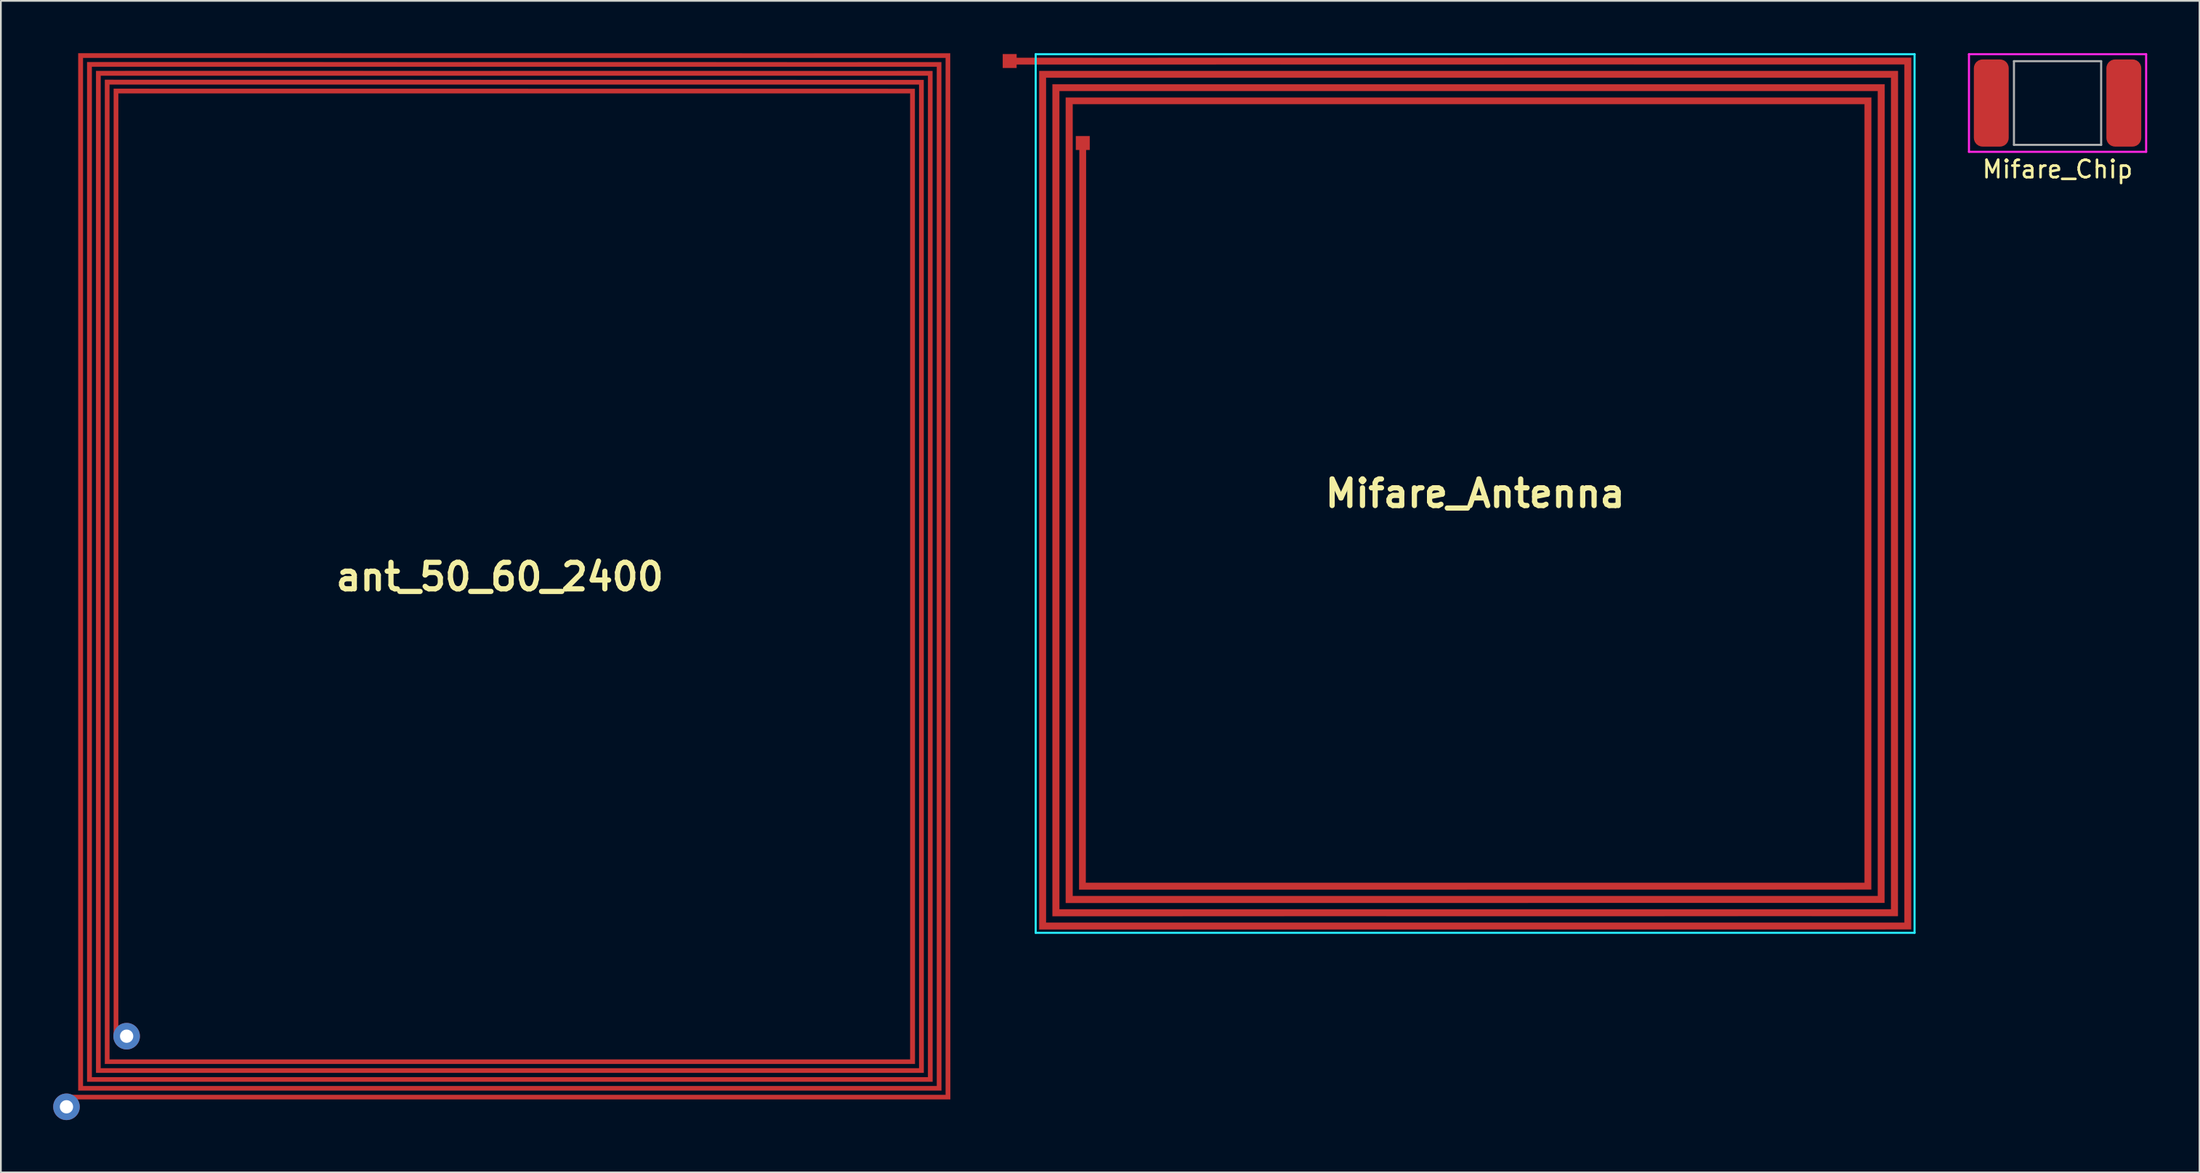
<source format=kicad_pcb>
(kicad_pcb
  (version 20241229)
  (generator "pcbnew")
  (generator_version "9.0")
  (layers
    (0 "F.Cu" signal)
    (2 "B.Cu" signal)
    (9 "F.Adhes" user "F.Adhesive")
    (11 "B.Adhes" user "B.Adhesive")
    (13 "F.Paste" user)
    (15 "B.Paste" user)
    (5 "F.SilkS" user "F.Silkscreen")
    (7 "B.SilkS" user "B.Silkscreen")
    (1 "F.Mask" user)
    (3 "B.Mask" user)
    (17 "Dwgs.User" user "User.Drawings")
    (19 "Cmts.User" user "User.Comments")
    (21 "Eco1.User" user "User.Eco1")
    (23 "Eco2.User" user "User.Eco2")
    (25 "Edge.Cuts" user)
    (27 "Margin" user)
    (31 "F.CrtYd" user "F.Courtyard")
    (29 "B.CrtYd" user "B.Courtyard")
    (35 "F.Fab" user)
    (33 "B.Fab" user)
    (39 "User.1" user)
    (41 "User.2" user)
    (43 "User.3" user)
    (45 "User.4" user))
  (footprint "Mifare_Chip"
    (layer "F.Cu")
    (at 114.943 2.86)
    (property "Reference" "Mifare_Chip" (at 0 3.8 0) (layer "F.SilkS") (effects (font (size 1 1) (thickness 0.15))))
    (attr through_hole)
    (fp_line (start -5.08 -2.8) (end 5.08 -2.8) (stroke (width 0.12) (type solid)) (layer "F.CrtYd"))
    (fp_line (start -5.08 2.8) (end -5.08 -2.8) (stroke (width 0.12) (type solid)) (layer "F.CrtYd"))
    (fp_line (start 5.08 -2.8) (end 5.08 2.8) (stroke (width 0.12) (type solid)) (layer "F.CrtYd"))
    (fp_line (start 5.08 2.8) (end -5.08 2.8) (stroke (width 0.12) (type solid)) (layer "F.CrtYd"))
    (fp_line (start -2.5 -2.4) (end 2.5 -2.4) (stroke (width 0.12) (type solid)) (layer "F.Fab"))
    (fp_line (start -2.5 2.4) (end -2.5 -2.4) (stroke (width 0.12) (type solid)) (layer "F.Fab"))
    (fp_line (start 2.5 -2.4) (end 2.5 2.4) (stroke (width 0.12) (type solid)) (layer "F.Fab"))
    (fp_line (start 2.5 2.4) (end -2.5 2.4) (stroke (width 0.12) (type solid)) (layer "F.Fab"))
    (pad "1" smd roundrect (at -3.8 0) (size 2 5) (layers "F.Cu" "F.Mask" "F.Paste") (roundrect_rratio 0.25))
    (pad "2" smd roundrect (at 3.8 0) (size 2 5) (layers "F.Cu" "F.Mask" "F.Paste") (roundrect_rratio 0.25)))
  (footprint "ant_50_60_2400"
    (layer "F.Cu")
    (at 25.612 30.041)
    (property "Reference" "ant_50_60_2400" (at 0 0 180) (layer "F.SilkS") (effects (font (size 1.524 1.524) (thickness 0.3))))
    (attr through_hole)
    (fp_poly (pts (xy 25.831 -0.029) (xy 25.829 -30.03) (xy 0.828 -30.033) (xy -24.172 -30.036) (xy -24.172 29.464) (xy 25.326 29.464) (xy 25.323 -0.029) (xy 25.321 -29.522) (xy 0.828 -29.525) (xy -23.664 -29.528) (xy -23.664 28.956) (xy 24.818 28.956) (xy 24.815 -0.029) (xy 24.813 -29.014) (xy 0.828 -29.017) (xy -23.156 -29.02) (xy -23.156 28.448) (xy 24.31 28.448) (xy 24.307 -0.029) (xy 24.305 -28.506) (xy 0.828 -28.509) (xy -22.648 -28.512) (xy -22.648 27.94) (xy 23.802 27.94) (xy 23.799 -0.029) (xy 23.797 -27.998) (xy 0.828 -28.001) (xy -22.14 -28.004) (xy -22.14 26.469) (xy -21.876 26.469) (xy -21.876 -27.739) (xy 23.537 -27.739) (xy 23.537 27.686) (xy -22.384 27.686) (xy -22.384 -28.247) (xy 24.045 -28.247) (xy 24.045 28.194) (xy -22.892 28.194) (xy -22.892 -28.755) (xy 24.553 -28.755) (xy 24.553 28.702) (xy -23.4 28.702) (xy -23.4 -29.263) (xy 25.061 -29.263) (xy 25.061 29.21) (xy -23.908 29.21) (xy -23.908 -29.771) (xy 25.569 -29.771) (xy 25.569 29.718) (xy -25.146 29.718) (xy -25.146 29.972) (xy 25.834 29.972) (xy 25.831 -0.029)) (stroke (width 0.01) (type solid)) (fill yes) (layer "F.Cu"))
    (pad "1" thru_hole circle (at -24.85 30.4) (size 1.524 1.524) (drill 0.762) (layers "*.Cu" "*.Mask"))
    (pad "2" thru_hole circle (at -21.4 26.35) (size 1.524 1.524) (drill 0.762) (layers "*.Cu" "*.Mask")))
  (footprint "Mifare_Antenna"
    (layer "F.Cu")
    (at 81.543 25.26)
    (property "Reference" "Mifare_Antenna" (at 0 0 0) (layer "F.SilkS") (effects (font (size 1.524 1.524) (thickness 0.3))))
    (attr through_hole)
    (fp_poly (pts (xy 25.006 0.003) (xy 25.003 25.003) (xy 0.003 25.006) (xy -24.998 25.008) (xy -24.998 -24.236) (xy 24.246 -24.236) (xy 24.244 0.003) (xy 24.241 24.241) (xy 0.003 24.244) (xy -24.236 24.246) (xy -24.236 -23.474) (xy 23.484 -23.474) (xy 23.482 0.003) (xy 23.479 23.479) (xy 0.003 23.482) (xy -23.474 23.484) (xy -23.474 -22.712) (xy 22.722 -22.712) (xy 22.72 0.003) (xy 22.717 22.717) (xy 0.003 22.72) (xy -22.712 22.722) (xy -22.691 -19.9) (xy -22.309 -19.9) (xy -22.331 22.331) (xy 22.331 22.331) (xy 22.331 -22.341) (xy -23.082 -22.341) (xy -23.082 23.093) (xy 23.093 23.093) (xy 23.093 -23.093) (xy -23.844 -23.093) (xy -23.844 23.855) (xy 23.855 23.855) (xy 23.855 -23.855) (xy -24.606 -23.855) (xy -24.606 24.617) (xy 24.617 24.617) (xy 24.617 -24.617) (xy -26.4 -24.61) (xy -26.4 -24.991) (xy 25.008 -24.998) (xy 25.006 0.003)) (stroke (width 0.01) (type solid)) (fill yes) (layer "F.Cu"))
    (fp_line (start -25.2 -25.2) (end -25.2 25.2) (stroke (width 0.12) (type solid)) (layer "B.CrtYd"))
    (fp_line (start -25.2 -25.2) (end 25.2 -25.2) (stroke (width 0.12) (type solid)) (layer "B.CrtYd"))
    (fp_line (start 25.2 -25.2) (end 25.2 25.2) (stroke (width 0.12) (type solid)) (layer "B.CrtYd"))
    (fp_line (start 25.2 25.2) (end -25.2 25.2) (stroke (width 0.12) (type solid)) (layer "B.CrtYd"))
    (pad "1" smd rect (at -26.692 -24.81) (size 0.8 0.8) (layers "F.Cu" "F.Mask" "F.Paste"))
    (pad "2" smd rect (at -22.5 -20.106) (size 0.8 0.8) (layers "F.Cu" "F.Mask" "F.Paste")))
  (gr_rect
    (start -3 -3)
    (end 123.083 64.203)
    (stroke (width 0.1) (type default))
    (fill no)
    (layer "Edge.Cuts")))
</source>
